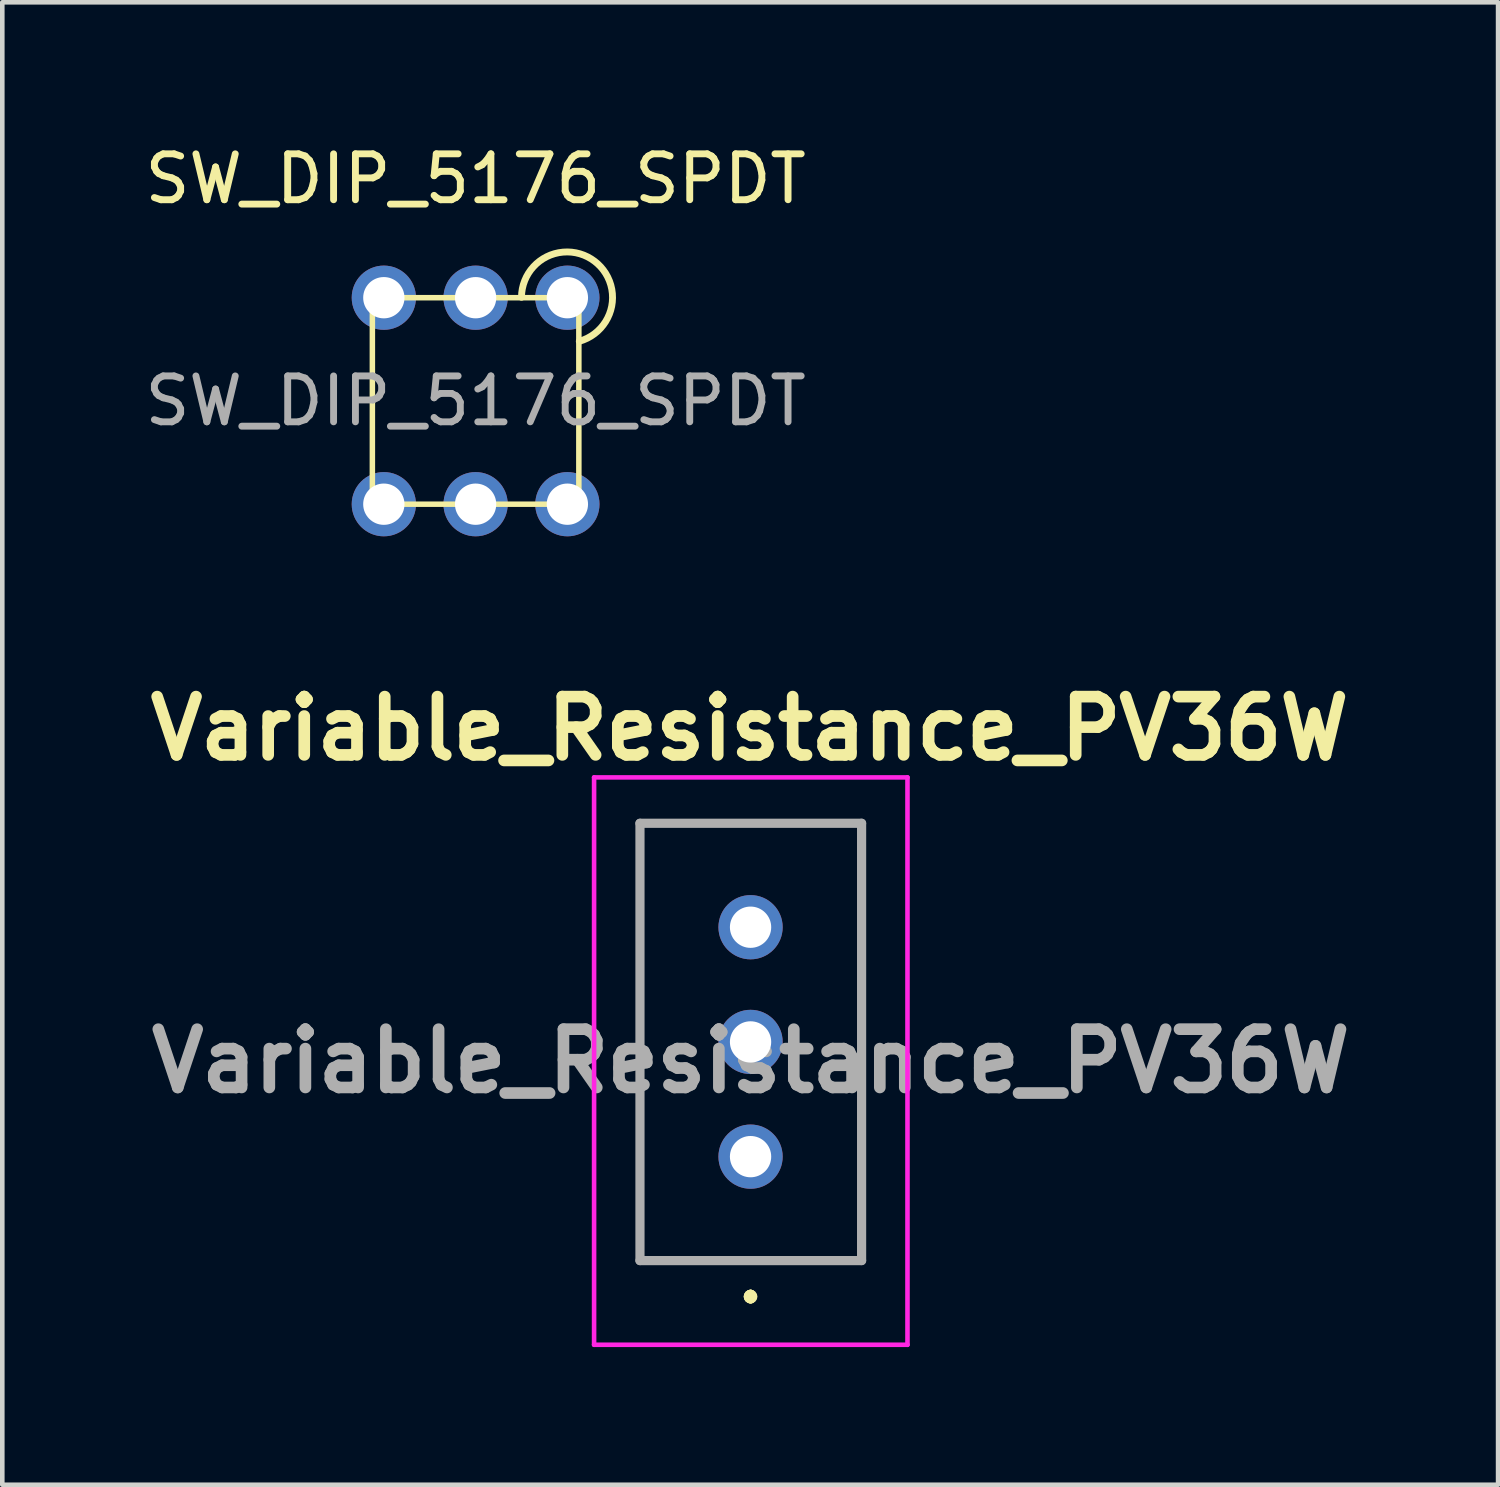
<source format=kicad_pcb>
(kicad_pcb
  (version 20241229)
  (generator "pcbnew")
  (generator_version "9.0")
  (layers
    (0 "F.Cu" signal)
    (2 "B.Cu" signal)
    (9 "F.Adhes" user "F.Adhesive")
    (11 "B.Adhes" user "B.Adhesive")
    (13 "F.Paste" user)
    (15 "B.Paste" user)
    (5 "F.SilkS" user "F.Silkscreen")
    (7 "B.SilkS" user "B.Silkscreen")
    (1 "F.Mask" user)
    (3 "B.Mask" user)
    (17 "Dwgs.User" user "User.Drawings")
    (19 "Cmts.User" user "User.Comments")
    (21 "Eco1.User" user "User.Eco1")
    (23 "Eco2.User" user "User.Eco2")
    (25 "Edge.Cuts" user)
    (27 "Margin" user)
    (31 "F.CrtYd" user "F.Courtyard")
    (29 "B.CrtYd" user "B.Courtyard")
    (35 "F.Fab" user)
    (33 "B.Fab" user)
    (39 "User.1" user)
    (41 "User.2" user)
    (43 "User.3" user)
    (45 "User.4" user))
  (footprint "SW_DIP_5176_SPDT"
    (layer "F.Cu")
    (at 7.315 5.688)
    (property "Reference" "SW_DIP_5176_SPDT" (at 0 -4.84 0) (unlocked yes) (layer "F.SilkS") (effects (font (size 1 1) (thickness 0.15))))
    (attr through_hole)
    (fp_rect (start -2.25 -2.25) (end 2.25 2.25) (stroke (width 0.12) (type default)) (fill no) (layer "F.SilkS"))
    (fp_arc (start 1 -2.26) (mid 2.593359 -3.044408) (end 2.26 -1.3) (stroke (width 0.15) (type default)) (layer "F.SilkS"))
    (fp_text user "${REFERENCE}" (at 0 0 0) (unlocked yes) (layer "F.Fab") (effects (font (size 1 1) (thickness 0.15))))
    (pad "1" thru_hole circle (at 2 -2.25) (size 1.4 1.4) (drill 0.9) (layers "*.Cu" "*.Mask"))
    (pad "2" thru_hole circle (at 0 -2.25) (size 1.4 1.4) (drill 0.9) (layers "*.Cu" "*.Mask"))
    (pad "3" thru_hole circle (at -2 -2.25) (size 1.4 1.4) (drill 0.9) (layers "*.Cu" "*.Mask"))
    (pad "4" thru_hole circle (at 2 2.25) (size 1.4 1.4) (drill 0.9) (layers "*.Cu" "*.Mask"))
    (pad "5" thru_hole circle (at 0 2.25) (size 1.4 1.4) (drill 0.9) (layers "*.Cu" "*.Mask"))
    (pad "6" thru_hole circle (at -2 2.25) (size 1.4 1.4) (drill 0.9) (layers "*.Cu" "*.Mask")))
  (footprint "Variable_Resistance_PV36W"
    (layer "F.Cu")
    (at 13.307 22.157)
    (property "Reference" "Variable_Resistance_PV36W" (at -0.02 -9.33 0) (layer "F.SilkS") (effects (font (size 1.27 1.27) (thickness 0.254))))
    (attr through_hole)
    (fp_line (start -2.41 -7.265) (end 2.42 -7.265) (stroke (width 0.1) (type solid)) (layer "F.SilkS"))
    (fp_line (start -2.41 2.265) (end -2.41 -7.265) (stroke (width 0.1) (type solid)) (layer "F.SilkS"))
    (fp_line (start 0 3) (end 0 3) (stroke (width 0.2) (type solid)) (layer "F.SilkS"))
    (fp_line (start 0 3) (end 0 3) (stroke (width 0.2) (type solid)) (layer "F.SilkS"))
    (fp_line (start 0 3.1) (end 0 3.1) (stroke (width 0.2) (type solid)) (layer "F.SilkS"))
    (fp_line (start 2.42 -7.265) (end 2.42 2.265) (stroke (width 0.1) (type solid)) (layer "F.SilkS"))
    (fp_line (start 2.42 2.265) (end -2.41 2.265) (stroke (width 0.1) (type solid)) (layer "F.SilkS"))
    (fp_arc (start 0 3) (mid 0.05 3.05) (end 0 3.1) (stroke (width 0.2) (type solid)) (layer "F.SilkS"))
    (fp_arc (start 0 3.1) (mid -0.05 3.05) (end 0 3) (stroke (width 0.2) (type solid)) (layer "F.SilkS"))
    (fp_arc (start 0 3.1) (mid -0.05 3.05) (end 0 3) (stroke (width 0.2) (type solid)) (layer "F.SilkS"))
    (fp_line (start -3.41 -8.265) (end 3.42 -8.265) (stroke (width 0.1) (type solid)) (layer "F.CrtYd"))
    (fp_line (start -3.41 4.1) (end -3.41 -8.265) (stroke (width 0.1) (type solid)) (layer "F.CrtYd"))
    (fp_line (start 3.42 -8.265) (end 3.42 4.1) (stroke (width 0.1) (type solid)) (layer "F.CrtYd"))
    (fp_line (start 3.42 4.1) (end -3.41 4.1) (stroke (width 0.1) (type solid)) (layer "F.CrtYd"))
    (fp_line (start -2.41 -7.265) (end -2.41 2.265) (stroke (width 0.2) (type solid)) (layer "F.Fab"))
    (fp_line (start -2.41 2.265) (end 2.42 2.265) (stroke (width 0.2) (type solid)) (layer "F.Fab"))
    (fp_line (start 2.42 -7.265) (end -2.41 -7.265) (stroke (width 0.2) (type solid)) (layer "F.Fab"))
    (fp_line (start 2.42 2.265) (end 2.42 -7.265) (stroke (width 0.2) (type solid)) (layer "F.Fab"))
    (fp_text user "${REFERENCE}" (at 0.005 -2.082 0) (layer "F.Fab") (effects (font (size 1.27 1.27) (thickness 0.254))))
    (pad "1" thru_hole circle (at 0 0) (size 1.4 1.4) (drill 0.9) (layers "*.Cu" "*.Mask"))
    (pad "2" thru_hole circle (at 0 -2.5) (size 1.4 1.4) (drill 0.9) (layers "*.Cu" "*.Mask"))
    (pad "3" thru_hole circle (at 0 -5) (size 1.4 1.4) (drill 0.9) (layers "*.Cu" "*.Mask")))
  (gr_rect
    (start -3 -3)
    (end 29.598 29.307)
    (stroke (width 0.1) (type default))
    (fill no)
    (layer "Edge.Cuts")))
</source>
